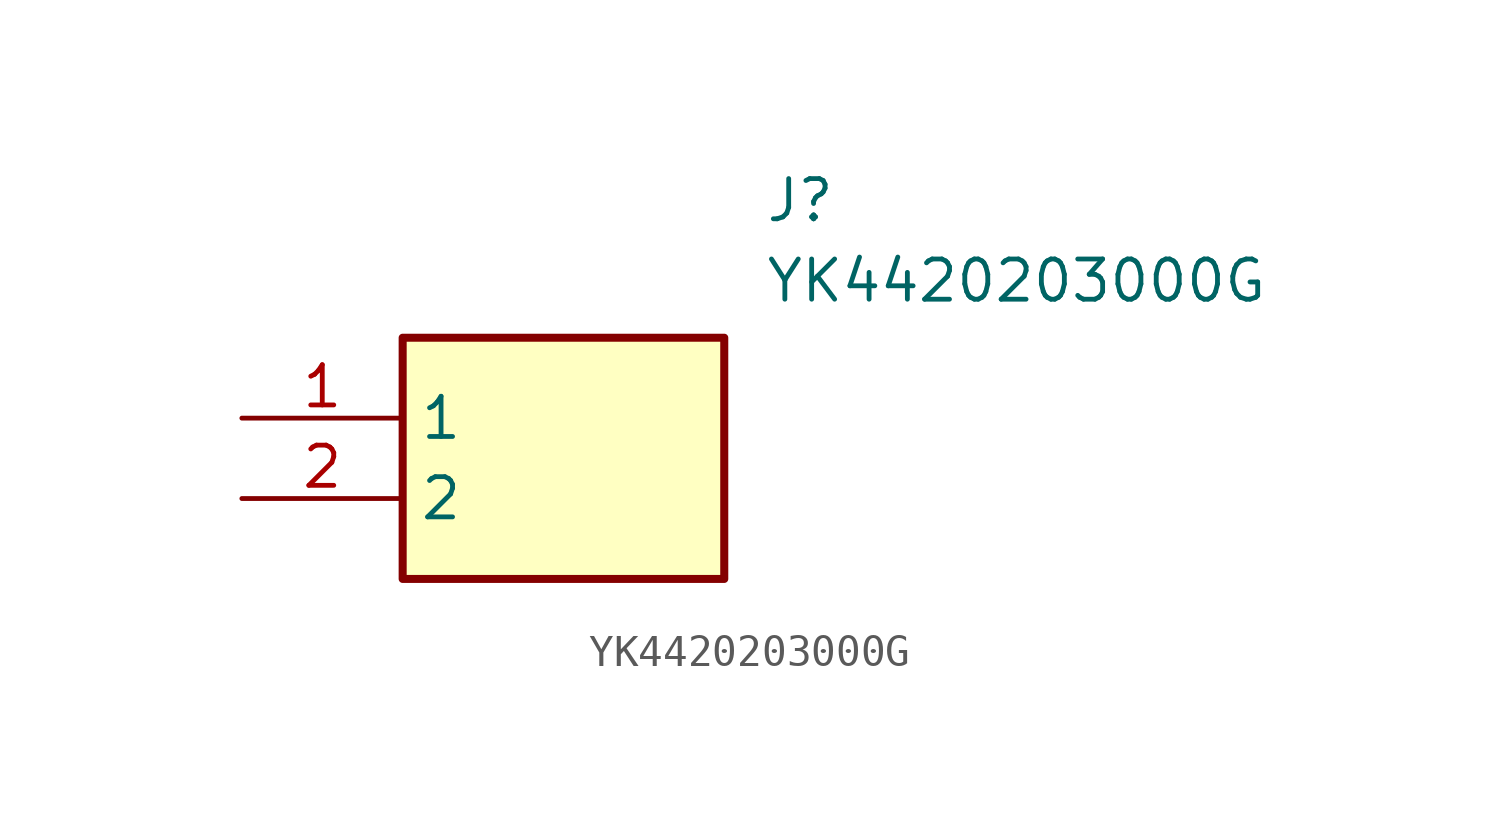
<source format=kicad_sym>
(kicad_symbol_lib
  (version 20211014)
  (generator SamacSys_ECAD_Model)
  (symbol "YK4420203000G"
    (property "Reference" "J"
      (at 16.51 7.62 0)
      (effects (font (size 1.27 1.27)) (justify left top)))
    (property "Value" "YK4420203000G"
      (at 16.51 5.08 0)
      (effects (font (size 1.27 1.27)) (justify left top)))
    (rectangle
      (start 5.08 2.54)
      (end 15.24 -5.08)
      (stroke (width 0.254) (type default))
      (fill (type background)))
    (pin passive line
      (at 0 0 0)
      (length 5.08)
      (name "1" (effects (font (size 1.27 1.27))))
      (number "1" (effects (font (size 1.27 1.27)))))
    (pin passive line
      (at 0 -2.54 0)
      (length 5.08)
      (name "2" (effects (font (size 1.27 1.27))))
      (number "2" (effects (font (size 1.27 1.27)))))))
</source>
